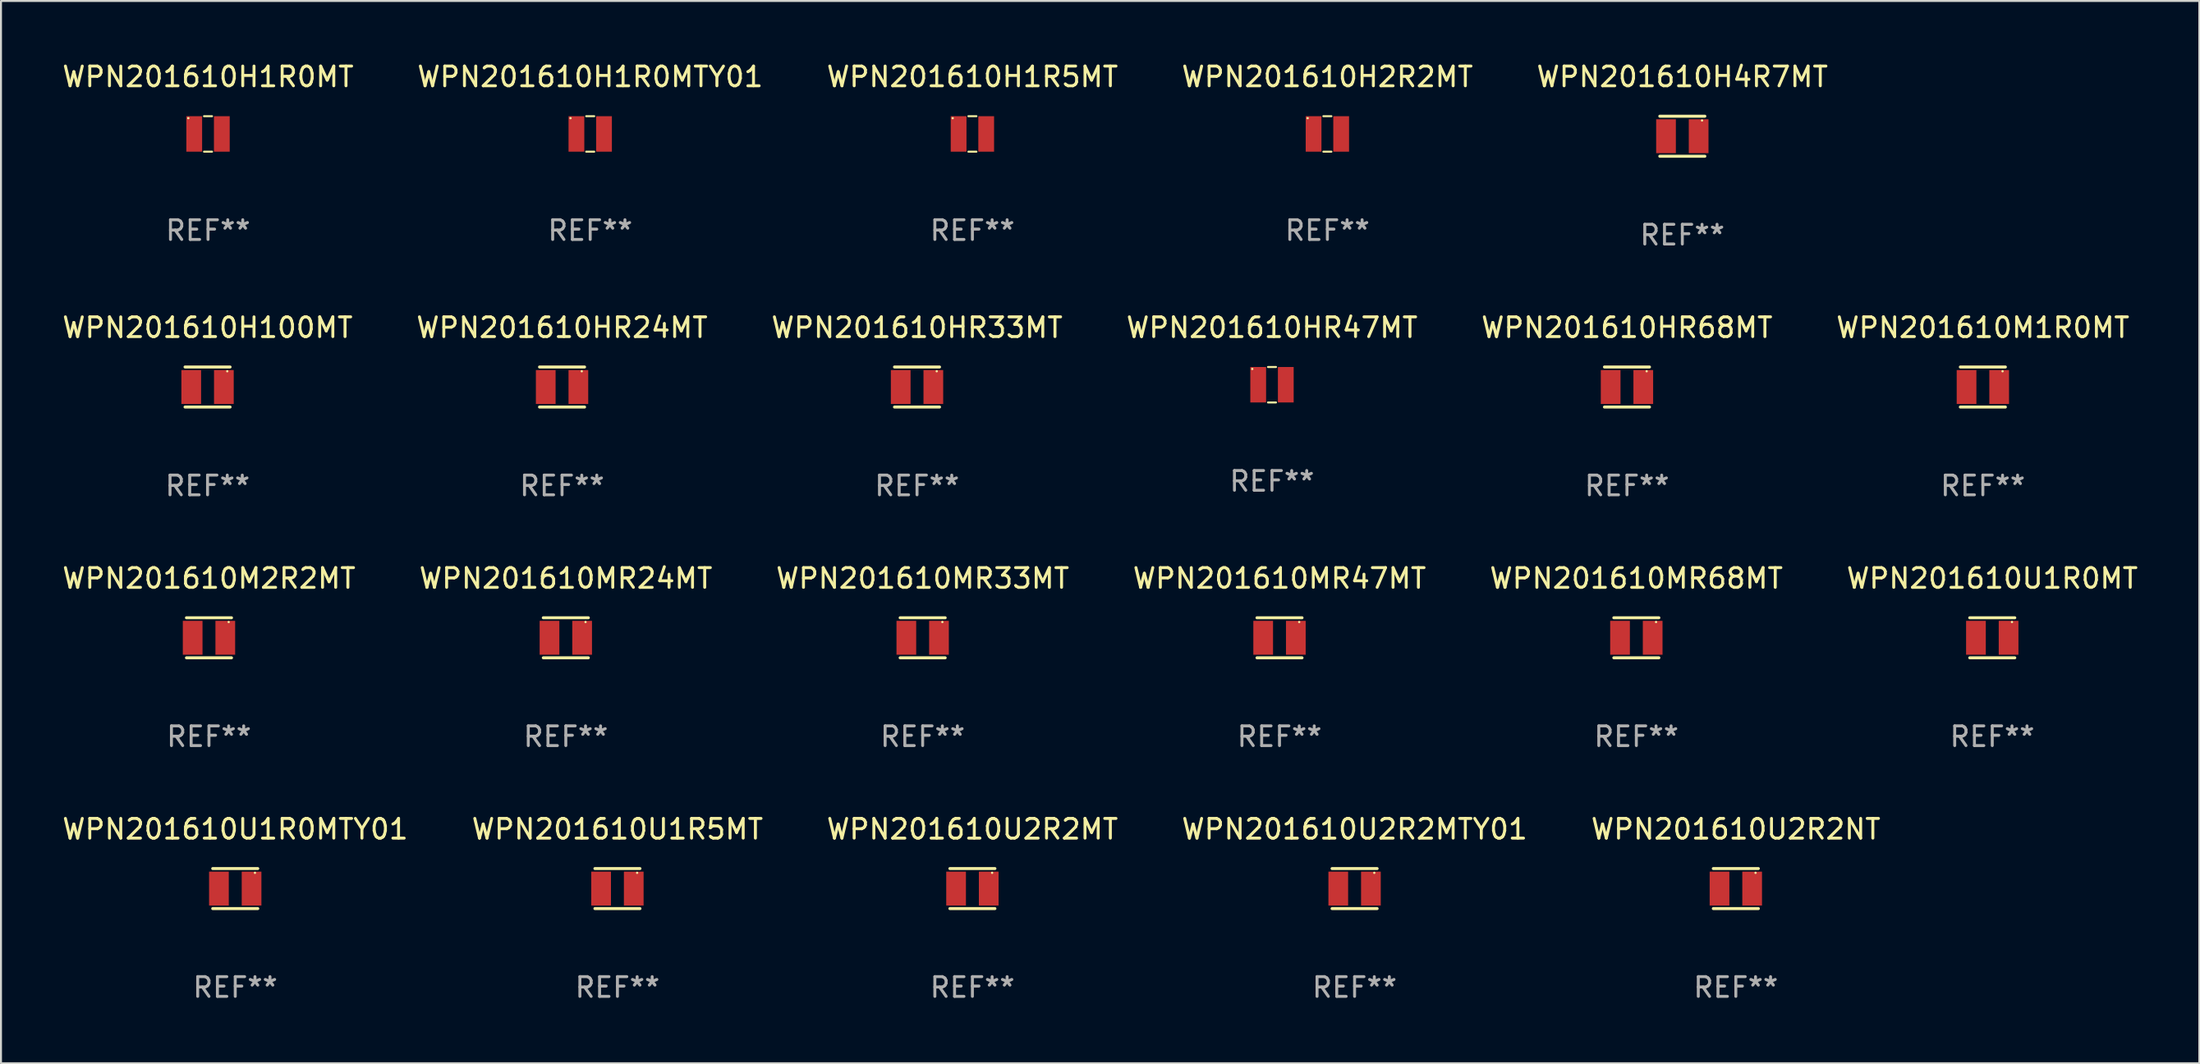
<source format=kicad_pcb>
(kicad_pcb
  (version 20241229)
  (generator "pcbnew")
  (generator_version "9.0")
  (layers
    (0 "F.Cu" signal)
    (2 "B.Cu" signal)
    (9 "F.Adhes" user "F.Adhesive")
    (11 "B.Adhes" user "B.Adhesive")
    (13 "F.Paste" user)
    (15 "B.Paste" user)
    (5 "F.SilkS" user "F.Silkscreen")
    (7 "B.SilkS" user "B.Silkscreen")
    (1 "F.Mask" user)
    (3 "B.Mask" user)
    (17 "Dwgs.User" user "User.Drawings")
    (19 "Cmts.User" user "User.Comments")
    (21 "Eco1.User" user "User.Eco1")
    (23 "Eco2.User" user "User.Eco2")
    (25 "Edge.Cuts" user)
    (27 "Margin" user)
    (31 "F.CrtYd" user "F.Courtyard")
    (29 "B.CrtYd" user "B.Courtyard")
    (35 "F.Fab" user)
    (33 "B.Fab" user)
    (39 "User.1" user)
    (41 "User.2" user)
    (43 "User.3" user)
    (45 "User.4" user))
  (footprint "WPN201610U1R5MT"
    (layer "F.Cu")
    (at 28.28 42.05)
    (property "Reference" "WPN201610U1R5MT" (at 0 -3.016 0) (layer "F.SilkS") (effects (font (size 1 1) (thickness 0.15))))
    (attr through_hole)
    (fp_line (start -1.143 -1.016) (end 1.143 -1.016) (stroke (width 0.152) (type solid)) (layer "F.SilkS"))
    (fp_line (start 1.143 1.016) (end -1.143 1.016) (stroke (width 0.152) (type solid)) (layer "F.SilkS"))
    (fp_circle (center 1 -0.8) (end 1.03 -0.8) (stroke (width 0.06) (type solid)) (fill no) (layer "F.SilkS"))
    (fp_text user "REF**" (at 0 5.016 0) (layer "F.Fab") (effects (font (size 1 1) (thickness 0.15))))
    (pad "1" smd rect (at 0.828 0) (size 1 1.72) (layers "F.Cu" "F.Mask" "F.Paste"))
    (pad "2" smd rect (at -0.828 0) (size 1 1.72) (layers "F.Cu" "F.Mask" "F.Paste")))
  (footprint "WPN201610MR24MT"
    (layer "F.Cu")
    (at 25.661 29.321)
    (property "Reference" "WPN201610MR24MT" (at 0 -3.016 0) (layer "F.SilkS") (effects (font (size 1 1) (thickness 0.15))))
    (attr through_hole)
    (fp_line (start -1.143 -1.016) (end 1.143 -1.016) (stroke (width 0.152) (type solid)) (layer "F.SilkS"))
    (fp_line (start 1.143 1.016) (end -1.143 1.016) (stroke (width 0.152) (type solid)) (layer "F.SilkS"))
    (fp_circle (center 1 -0.8) (end 1.03 -0.8) (stroke (width 0.06) (type solid)) (fill no) (layer "F.SilkS"))
    (fp_text user "REF**" (at 0 5.016 0) (layer "F.Fab") (effects (font (size 1 1) (thickness 0.15))))
    (pad "1" smd rect (at 0.828 0) (size 1 1.72) (layers "F.Cu" "F.Mask" "F.Paste"))
    (pad "2" smd rect (at -0.828 0) (size 1 1.72) (layers "F.Cu" "F.Mask" "F.Paste")))
  (footprint "WPN201610H1R0MT"
    (layer "F.Cu")
    (at 7.506 3.748)
    (property "Reference" "WPN201610H1R0MT" (at 0 -2.9 0) (layer "F.SilkS") (effects (font (size 1 1) (thickness 0.15))))
    (attr through_hole)
    (fp_line (start -0.204 -0.9) (end 0.204 -0.9) (stroke (width 0.102) (type solid)) (layer "F.SilkS"))
    (fp_line (start 0.204 0.9) (end -0.204 0.9) (stroke (width 0.102) (type solid)) (layer "F.SilkS"))
    (fp_circle (center -1 -0.8) (end -0.97 -0.8) (stroke (width 0.06) (type solid)) (fill no) (layer "F.SilkS"))
    (fp_text user "REF**" (at 0 4.9 0) (layer "F.Fab") (effects (font (size 1 1) (thickness 0.15))))
    (pad "1" smd rect (at -0.7 -0.000127) (size 0.8 1.8) (layers "F.Cu" "F.Mask" "F.Paste"))
    (pad "2" smd rect (at 0.7 0.000127) (size 0.8 1.8) (layers "F.Cu" "F.Mask" "F.Paste")))
  (footprint "WPN201610H1R5MT"
    (layer "F.Cu")
    (at 46.292 3.748)
    (property "Reference" "WPN201610H1R5MT" (at 0 -2.9 0) (layer "F.SilkS") (effects (font (size 1 1) (thickness 0.15))))
    (attr through_hole)
    (fp_line (start -0.204 -0.9) (end 0.204 -0.9) (stroke (width 0.102) (type solid)) (layer "F.SilkS"))
    (fp_line (start 0.204 0.9) (end -0.204 0.9) (stroke (width 0.102) (type solid)) (layer "F.SilkS"))
    (fp_circle (center -1 -0.8) (end -0.97 -0.8) (stroke (width 0.06) (type solid)) (fill no) (layer "F.SilkS"))
    (fp_text user "REF**" (at 0 4.9 0) (layer "F.Fab") (effects (font (size 1 1) (thickness 0.15))))
    (pad "1" smd rect (at -0.7 -0.000127) (size 0.8 1.8) (layers "F.Cu" "F.Mask" "F.Paste"))
    (pad "2" smd rect (at 0.7 0.000127) (size 0.8 1.8) (layers "F.Cu" "F.Mask" "F.Paste")))
  (footprint "WPN201610H100MT"
    (layer "F.Cu")
    (at 7.482 16.593)
    (property "Reference" "WPN201610H100MT" (at 0 -3.016 0) (layer "F.SilkS") (effects (font (size 1 1) (thickness 0.15))))
    (attr through_hole)
    (fp_line (start -1.143 -1.016) (end 1.143 -1.016) (stroke (width 0.152) (type solid)) (layer "F.SilkS"))
    (fp_line (start 1.143 1.016) (end -1.143 1.016) (stroke (width 0.152) (type solid)) (layer "F.SilkS"))
    (fp_circle (center 1 -0.8) (end 1.03 -0.8) (stroke (width 0.06) (type solid)) (fill no) (layer "F.SilkS"))
    (fp_text user "REF**" (at 0 5.016 0) (layer "F.Fab") (effects (font (size 1 1) (thickness 0.15))))
    (pad "1" smd rect (at 0.828 0) (size 1 1.72) (layers "F.Cu" "F.Mask" "F.Paste"))
    (pad "2" smd rect (at -0.828 0) (size 1 1.72) (layers "F.Cu" "F.Mask" "F.Paste")))
  (footprint "WPN201610MR33MT"
    (layer "F.Cu")
    (at 43.768 29.321)
    (property "Reference" "WPN201610MR33MT" (at 0 -3.016 0) (layer "F.SilkS") (effects (font (size 1 1) (thickness 0.15))))
    (attr through_hole)
    (fp_line (start -1.143 -1.016) (end 1.143 -1.016) (stroke (width 0.152) (type solid)) (layer "F.SilkS"))
    (fp_line (start 1.143 1.016) (end -1.143 1.016) (stroke (width 0.152) (type solid)) (layer "F.SilkS"))
    (fp_circle (center 1 -0.8) (end 1.03 -0.8) (stroke (width 0.06) (type solid)) (fill no) (layer "F.SilkS"))
    (fp_text user "REF**" (at 0 5.016 0) (layer "F.Fab") (effects (font (size 1 1) (thickness 0.15))))
    (pad "1" smd rect (at 0.828 0) (size 1 1.72) (layers "F.Cu" "F.Mask" "F.Paste"))
    (pad "2" smd rect (at -0.828 0) (size 1 1.72) (layers "F.Cu" "F.Mask" "F.Paste")))
  (footprint "WPN201610U2R2MT"
    (layer "F.Cu")
    (at 46.292 42.05)
    (property "Reference" "WPN201610U2R2MT" (at 0 -3.016 0) (layer "F.SilkS") (effects (font (size 1 1) (thickness 0.15))))
    (attr through_hole)
    (fp_line (start -1.143 -1.016) (end 1.143 -1.016) (stroke (width 0.152) (type solid)) (layer "F.SilkS"))
    (fp_line (start 1.143 1.016) (end -1.143 1.016) (stroke (width 0.152) (type solid)) (layer "F.SilkS"))
    (fp_circle (center 1 -0.8) (end 1.03 -0.8) (stroke (width 0.06) (type solid)) (fill no) (layer "F.SilkS"))
    (fp_text user "REF**" (at 0 5.016 0) (layer "F.Fab") (effects (font (size 1 1) (thickness 0.15))))
    (pad "1" smd rect (at 0.828 0) (size 1 1.72) (layers "F.Cu" "F.Mask" "F.Paste"))
    (pad "2" smd rect (at -0.828 0) (size 1 1.72) (layers "F.Cu" "F.Mask" "F.Paste")))
  (footprint "WPN201610M2R2MT"
    (layer "F.Cu")
    (at 7.554 29.321)
    (property "Reference" "WPN201610M2R2MT" (at 0 -3.016 0) (layer "F.SilkS") (effects (font (size 1 1) (thickness 0.15))))
    (attr through_hole)
    (fp_line (start -1.143 -1.016) (end 1.143 -1.016) (stroke (width 0.152) (type solid)) (layer "F.SilkS"))
    (fp_line (start 1.143 1.016) (end -1.143 1.016) (stroke (width 0.152) (type solid)) (layer "F.SilkS"))
    (fp_circle (center 1 -0.8) (end 1.03 -0.8) (stroke (width 0.06) (type solid)) (fill no) (layer "F.SilkS"))
    (fp_text user "REF**" (at 0 5.016 0) (layer "F.Fab") (effects (font (size 1 1) (thickness 0.15))))
    (pad "1" smd rect (at 0.828 0) (size 1 1.72) (layers "F.Cu" "F.Mask" "F.Paste"))
    (pad "2" smd rect (at -0.828 0) (size 1 1.72) (layers "F.Cu" "F.Mask" "F.Paste")))
  (footprint "WPN201610U2R2NT"
    (layer "F.Cu")
    (at 85.03 42.05)
    (property "Reference" "WPN201610U2R2NT" (at 0 -3.016 0) (layer "F.SilkS") (effects (font (size 1 1) (thickness 0.15))))
    (attr through_hole)
    (fp_line (start -1.143 -1.016) (end 1.143 -1.016) (stroke (width 0.152) (type solid)) (layer "F.SilkS"))
    (fp_line (start 1.143 1.016) (end -1.143 1.016) (stroke (width 0.152) (type solid)) (layer "F.SilkS"))
    (fp_circle (center 1 -0.8) (end 1.03 -0.8) (stroke (width 0.06) (type solid)) (fill no) (layer "F.SilkS"))
    (fp_text user "REF**" (at 0 5.016 0) (layer "F.Fab") (effects (font (size 1 1) (thickness 0.15))))
    (pad "1" smd rect (at 0.828 0) (size 1 1.72) (layers "F.Cu" "F.Mask" "F.Paste"))
    (pad "2" smd rect (at -0.828 0) (size 1 1.72) (layers "F.Cu" "F.Mask" "F.Paste")))
  (footprint "WPN201610HR33MT"
    (layer "F.Cu")
    (at 43.482 16.593)
    (property "Reference" "WPN201610HR33MT" (at 0 -3.016 0) (layer "F.SilkS") (effects (font (size 1 1) (thickness 0.15))))
    (attr through_hole)
    (fp_line (start -1.143 -1.016) (end 1.143 -1.016) (stroke (width 0.152) (type solid)) (layer "F.SilkS"))
    (fp_line (start 1.143 1.016) (end -1.143 1.016) (stroke (width 0.152) (type solid)) (layer "F.SilkS"))
    (fp_circle (center 1 -0.8) (end 1.03 -0.8) (stroke (width 0.06) (type solid)) (fill no) (layer "F.SilkS"))
    (fp_text user "REF**" (at 0 5.016 0) (layer "F.Fab") (effects (font (size 1 1) (thickness 0.15))))
    (pad "1" smd rect (at 0.828 0) (size 1 1.72) (layers "F.Cu" "F.Mask" "F.Paste"))
    (pad "2" smd rect (at -0.828 0) (size 1 1.72) (layers "F.Cu" "F.Mask" "F.Paste")))
  (footprint "WPN201610M1R0MT"
    (layer "F.Cu")
    (at 97.565 16.593)
    (property "Reference" "WPN201610M1R0MT" (at 0 -3.016 0) (layer "F.SilkS") (effects (font (size 1 1) (thickness 0.15))))
    (attr through_hole)
    (fp_line (start -1.143 -1.016) (end 1.143 -1.016) (stroke (width 0.152) (type solid)) (layer "F.SilkS"))
    (fp_line (start 1.143 1.016) (end -1.143 1.016) (stroke (width 0.152) (type solid)) (layer "F.SilkS"))
    (fp_circle (center 1 -0.8) (end 1.03 -0.8) (stroke (width 0.06) (type solid)) (fill no) (layer "F.SilkS"))
    (fp_text user "REF**" (at 0 5.016 0) (layer "F.Fab") (effects (font (size 1 1) (thickness 0.15))))
    (pad "1" smd rect (at 0.828 0) (size 1 1.72) (layers "F.Cu" "F.Mask" "F.Paste"))
    (pad "2" smd rect (at -0.828 0) (size 1 1.72) (layers "F.Cu" "F.Mask" "F.Paste")))
  (footprint "WPN201610HR47MT"
    (layer "F.Cu")
    (at 61.494 16.477)
    (property "Reference" "WPN201610HR47MT" (at 0 -2.9 0) (layer "F.SilkS") (effects (font (size 1 1) (thickness 0.15))))
    (attr through_hole)
    (fp_line (start -0.204 -0.9) (end 0.204 -0.9) (stroke (width 0.102) (type solid)) (layer "F.SilkS"))
    (fp_line (start 0.204 0.9) (end -0.204 0.9) (stroke (width 0.102) (type solid)) (layer "F.SilkS"))
    (fp_circle (center -1 -0.8) (end -0.97 -0.8) (stroke (width 0.06) (type solid)) (fill no) (layer "F.SilkS"))
    (fp_text user "REF**" (at 0 4.9 0) (layer "F.Fab") (effects (font (size 1 1) (thickness 0.15))))
    (pad "1" smd rect (at -0.7 -0.000127) (size 0.8 1.8) (layers "F.Cu" "F.Mask" "F.Paste"))
    (pad "2" smd rect (at 0.7 0.000127) (size 0.8 1.8) (layers "F.Cu" "F.Mask" "F.Paste")))
  (footprint "WPN201610U2R2MTY01"
    (layer "F.Cu")
    (at 65.685 42.05)
    (property "Reference" "WPN201610U2R2MTY01" (at 0 -3.016 0) (layer "F.SilkS") (effects (font (size 1 1) (thickness 0.15))))
    (attr through_hole)
    (fp_line (start -1.143 -1.016) (end 1.143 -1.016) (stroke (width 0.152) (type solid)) (layer "F.SilkS"))
    (fp_line (start 1.143 1.016) (end -1.143 1.016) (stroke (width 0.152) (type solid)) (layer "F.SilkS"))
    (fp_circle (center 1 -0.8) (end 1.03 -0.8) (stroke (width 0.06) (type solid)) (fill no) (layer "F.SilkS"))
    (fp_text user "REF**" (at 0 5.016 0) (layer "F.Fab") (effects (font (size 1 1) (thickness 0.15))))
    (pad "1" smd rect (at 0.828 0) (size 1 1.72) (layers "F.Cu" "F.Mask" "F.Paste"))
    (pad "2" smd rect (at -0.828 0) (size 1 1.72) (layers "F.Cu" "F.Mask" "F.Paste")))
  (footprint "WPN201610MR47MT"
    (layer "F.Cu")
    (at 61.875 29.321)
    (property "Reference" "WPN201610MR47MT" (at 0 -3.016 0) (layer "F.SilkS") (effects (font (size 1 1) (thickness 0.15))))
    (attr through_hole)
    (fp_line (start -1.143 -1.016) (end 1.143 -1.016) (stroke (width 0.152) (type solid)) (layer "F.SilkS"))
    (fp_line (start 1.143 1.016) (end -1.143 1.016) (stroke (width 0.152) (type solid)) (layer "F.SilkS"))
    (fp_circle (center 1 -0.8) (end 1.03 -0.8) (stroke (width 0.06) (type solid)) (fill no) (layer "F.SilkS"))
    (fp_text user "REF**" (at 0 5.016 0) (layer "F.Fab") (effects (font (size 1 1) (thickness 0.15))))
    (pad "1" smd rect (at 0.828 0) (size 1 1.72) (layers "F.Cu" "F.Mask" "F.Paste"))
    (pad "2" smd rect (at -0.828 0) (size 1 1.72) (layers "F.Cu" "F.Mask" "F.Paste")))
  (footprint "WPN201610HR24MT"
    (layer "F.Cu")
    (at 25.47 16.593)
    (property "Reference" "WPN201610HR24MT" (at 0 -3.016 0) (layer "F.SilkS") (effects (font (size 1 1) (thickness 0.15))))
    (attr through_hole)
    (fp_line (start -1.143 -1.016) (end 1.143 -1.016) (stroke (width 0.152) (type solid)) (layer "F.SilkS"))
    (fp_line (start 1.143 1.016) (end -1.143 1.016) (stroke (width 0.152) (type solid)) (layer "F.SilkS"))
    (fp_circle (center 1 -0.8) (end 1.03 -0.8) (stroke (width 0.06) (type solid)) (fill no) (layer "F.SilkS"))
    (fp_text user "REF**" (at 0 5.016 0) (layer "F.Fab") (effects (font (size 1 1) (thickness 0.15))))
    (pad "1" smd rect (at 0.828 0) (size 1 1.72) (layers "F.Cu" "F.Mask" "F.Paste"))
    (pad "2" smd rect (at -0.828 0) (size 1 1.72) (layers "F.Cu" "F.Mask" "F.Paste")))
  (footprint "WPN201610H1R0MTY01"
    (layer "F.Cu")
    (at 26.899 3.748)
    (property "Reference" "WPN201610H1R0MTY01" (at 0 -2.9 0) (layer "F.SilkS") (effects (font (size 1 1) (thickness 0.15))))
    (attr through_hole)
    (fp_line (start -0.204 -0.9) (end 0.204 -0.9) (stroke (width 0.102) (type solid)) (layer "F.SilkS"))
    (fp_line (start 0.204 0.9) (end -0.204 0.9) (stroke (width 0.102) (type solid)) (layer "F.SilkS"))
    (fp_circle (center -1 -0.8) (end -0.97 -0.8) (stroke (width 0.06) (type solid)) (fill no) (layer "F.SilkS"))
    (fp_text user "REF**" (at 0 4.9 0) (layer "F.Fab") (effects (font (size 1 1) (thickness 0.15))))
    (pad "1" smd rect (at -0.7 -0.000127) (size 0.8 1.8) (layers "F.Cu" "F.Mask" "F.Paste"))
    (pad "2" smd rect (at 0.7 0.000127) (size 0.8 1.8) (layers "F.Cu" "F.Mask" "F.Paste")))
  (footprint "WPN201610U1R0MTY01"
    (layer "F.Cu")
    (at 8.887 42.05)
    (property "Reference" "WPN201610U1R0MTY01" (at 0 -3.016 0) (layer "F.SilkS") (effects (font (size 1 1) (thickness 0.15))))
    (attr through_hole)
    (fp_line (start -1.143 -1.016) (end 1.143 -1.016) (stroke (width 0.152) (type solid)) (layer "F.SilkS"))
    (fp_line (start 1.143 1.016) (end -1.143 1.016) (stroke (width 0.152) (type solid)) (layer "F.SilkS"))
    (fp_circle (center 1 -0.8) (end 1.03 -0.8) (stroke (width 0.06) (type solid)) (fill no) (layer "F.SilkS"))
    (fp_text user "REF**" (at 0 5.016 0) (layer "F.Fab") (effects (font (size 1 1) (thickness 0.15))))
    (pad "1" smd rect (at 0.828 0) (size 1 1.72) (layers "F.Cu" "F.Mask" "F.Paste"))
    (pad "2" smd rect (at -0.828 0) (size 1 1.72) (layers "F.Cu" "F.Mask" "F.Paste")))
  (footprint "WPN201610MR68MT"
    (layer "F.Cu")
    (at 79.982 29.321)
    (property "Reference" "WPN201610MR68MT" (at 0 -3.016 0) (layer "F.SilkS") (effects (font (size 1 1) (thickness 0.15))))
    (attr through_hole)
    (fp_line (start -1.143 -1.016) (end 1.143 -1.016) (stroke (width 0.152) (type solid)) (layer "F.SilkS"))
    (fp_line (start 1.143 1.016) (end -1.143 1.016) (stroke (width 0.152) (type solid)) (layer "F.SilkS"))
    (fp_circle (center 1 -0.8) (end 1.03 -0.8) (stroke (width 0.06) (type solid)) (fill no) (layer "F.SilkS"))
    (fp_text user "REF**" (at 0 5.016 0) (layer "F.Fab") (effects (font (size 1 1) (thickness 0.15))))
    (pad "1" smd rect (at 0.828 0) (size 1 1.72) (layers "F.Cu" "F.Mask" "F.Paste"))
    (pad "2" smd rect (at -0.828 0) (size 1 1.72) (layers "F.Cu" "F.Mask" "F.Paste")))
  (footprint "WPN201610H2R2MT"
    (layer "F.Cu")
    (at 64.304 3.748)
    (property "Reference" "WPN201610H2R2MT" (at 0 -2.9 0) (layer "F.SilkS") (effects (font (size 1 1) (thickness 0.15))))
    (attr through_hole)
    (fp_line (start -0.204 -0.9) (end 0.204 -0.9) (stroke (width 0.102) (type solid)) (layer "F.SilkS"))
    (fp_line (start 0.204 0.9) (end -0.204 0.9) (stroke (width 0.102) (type solid)) (layer "F.SilkS"))
    (fp_circle (center -1 -0.8) (end -0.97 -0.8) (stroke (width 0.06) (type solid)) (fill no) (layer "F.SilkS"))
    (fp_text user "REF**" (at 0 4.9 0) (layer "F.Fab") (effects (font (size 1 1) (thickness 0.15))))
    (pad "1" smd rect (at -0.7 -0.000127) (size 0.8 1.8) (layers "F.Cu" "F.Mask" "F.Paste"))
    (pad "2" smd rect (at 0.7 0.000127) (size 0.8 1.8) (layers "F.Cu" "F.Mask" "F.Paste")))
  (footprint "WPN201610H4R7MT"
    (layer "F.Cu")
    (at 82.315 3.864)
    (property "Reference" "WPN201610H4R7MT" (at 0 -3.016 0) (layer "F.SilkS") (effects (font (size 1 1) (thickness 0.15))))
    (attr through_hole)
    (fp_line (start -1.143 -1.016) (end 1.143 -1.016) (stroke (width 0.152) (type solid)) (layer "F.SilkS"))
    (fp_line (start 1.143 1.016) (end -1.143 1.016) (stroke (width 0.152) (type solid)) (layer "F.SilkS"))
    (fp_circle (center 1 -0.8) (end 1.03 -0.8) (stroke (width 0.06) (type solid)) (fill no) (layer "F.SilkS"))
    (fp_text user "REF**" (at 0 5.016 0) (layer "F.Fab") (effects (font (size 1 1) (thickness 0.15))))
    (pad "1" smd rect (at 0.828 0) (size 1 1.72) (layers "F.Cu" "F.Mask" "F.Paste"))
    (pad "2" smd rect (at -0.828 0) (size 1 1.72) (layers "F.Cu" "F.Mask" "F.Paste")))
  (footprint "WPN201610U1R0MT"
    (layer "F.Cu")
    (at 98.042 29.321)
    (property "Reference" "WPN201610U1R0MT" (at 0 -3.016 0) (layer "F.SilkS") (effects (font (size 1 1) (thickness 0.15))))
    (attr through_hole)
    (fp_line (start -1.143 -1.016) (end 1.143 -1.016) (stroke (width 0.152) (type solid)) (layer "F.SilkS"))
    (fp_line (start 1.143 1.016) (end -1.143 1.016) (stroke (width 0.152) (type solid)) (layer "F.SilkS"))
    (fp_circle (center 1 -0.8) (end 1.03 -0.8) (stroke (width 0.06) (type solid)) (fill no) (layer "F.SilkS"))
    (fp_text user "REF**" (at 0 5.016 0) (layer "F.Fab") (effects (font (size 1 1) (thickness 0.15))))
    (pad "1" smd rect (at 0.828 0) (size 1 1.72) (layers "F.Cu" "F.Mask" "F.Paste"))
    (pad "2" smd rect (at -0.828 0) (size 1 1.72) (layers "F.Cu" "F.Mask" "F.Paste")))
  (footprint "WPN201610HR68MT"
    (layer "F.Cu")
    (at 79.506 16.593)
    (property "Reference" "WPN201610HR68MT" (at 0 -3.016 0) (layer "F.SilkS") (effects (font (size 1 1) (thickness 0.15))))
    (attr through_hole)
    (fp_line (start -1.143 -1.016) (end 1.143 -1.016) (stroke (width 0.152) (type solid)) (layer "F.SilkS"))
    (fp_line (start 1.143 1.016) (end -1.143 1.016) (stroke (width 0.152) (type solid)) (layer "F.SilkS"))
    (fp_circle (center 1 -0.8) (end 1.03 -0.8) (stroke (width 0.06) (type solid)) (fill no) (layer "F.SilkS"))
    (fp_text user "REF**" (at 0 5.016 0) (layer "F.Fab") (effects (font (size 1 1) (thickness 0.15))))
    (pad "1" smd rect (at 0.828 0) (size 1 1.72) (layers "F.Cu" "F.Mask" "F.Paste"))
    (pad "2" smd rect (at -0.828 0) (size 1 1.72) (layers "F.Cu" "F.Mask" "F.Paste")))
  (gr_rect
    (start -3 -3)
    (end 108.548 50.914)
    (stroke (width 0.1) (type default))
    (fill no)
    (layer "Edge.Cuts")))
</source>
